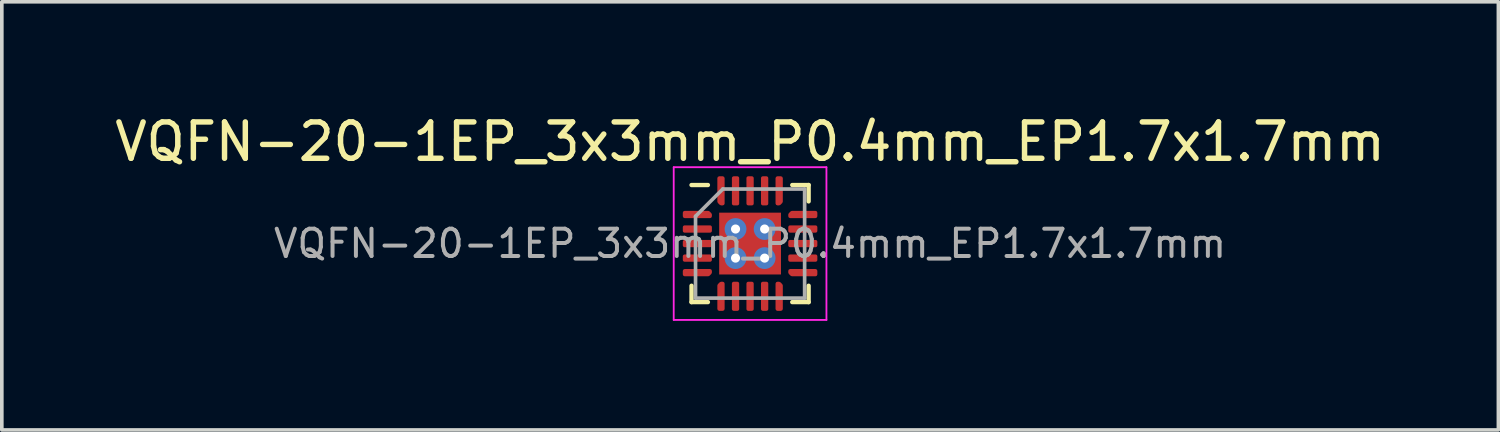
<source format=kicad_pcb>
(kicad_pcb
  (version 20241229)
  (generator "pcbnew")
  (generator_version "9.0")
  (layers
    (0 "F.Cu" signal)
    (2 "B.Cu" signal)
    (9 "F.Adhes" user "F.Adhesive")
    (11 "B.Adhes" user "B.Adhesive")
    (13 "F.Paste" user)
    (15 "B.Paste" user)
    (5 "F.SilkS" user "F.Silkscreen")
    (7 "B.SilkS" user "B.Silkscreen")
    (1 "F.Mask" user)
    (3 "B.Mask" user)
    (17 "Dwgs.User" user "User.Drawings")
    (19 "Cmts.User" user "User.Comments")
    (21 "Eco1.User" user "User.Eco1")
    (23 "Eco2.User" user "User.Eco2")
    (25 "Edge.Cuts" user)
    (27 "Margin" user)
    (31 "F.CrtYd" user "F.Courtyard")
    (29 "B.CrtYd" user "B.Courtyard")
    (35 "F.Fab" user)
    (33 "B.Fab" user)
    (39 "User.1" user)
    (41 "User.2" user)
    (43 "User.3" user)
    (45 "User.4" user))
  (footprint "VQFN-20-1EP_3x3mm_P0.4mm_EP1.7x1.7mm"
    (layer "F.Cu")
    (at 17.577 3.648)
    (property "Reference" "VQFN-20-1EP_3x3mm_P0.4mm_EP1.7x1.7mm" (at 0 -2.8 0) (layer "F.SilkS") (effects (font (size 1 1) (thickness 0.15))))
    (attr smd)
    (fp_line (start -1.61 1.61) (end -1.61 1.16) (stroke (width 0.12) (type solid)) (layer "F.SilkS"))
    (fp_line (start -1.16 -1.61) (end -1.61 -1.61) (stroke (width 0.12) (type solid)) (layer "F.SilkS"))
    (fp_line (start -1.16 1.61) (end -1.61 1.61) (stroke (width 0.12) (type solid)) (layer "F.SilkS"))
    (fp_line (start 1.16 -1.61) (end 1.61 -1.61) (stroke (width 0.12) (type solid)) (layer "F.SilkS"))
    (fp_line (start 1.16 1.61) (end 1.61 1.61) (stroke (width 0.12) (type solid)) (layer "F.SilkS"))
    (fp_line (start 1.61 -1.61) (end 1.61 -1.16) (stroke (width 0.12) (type solid)) (layer "F.SilkS"))
    (fp_line (start 1.61 1.61) (end 1.61 1.16) (stroke (width 0.12) (type solid)) (layer "F.SilkS"))
    (fp_line (start -2.1 -2.1) (end -2.1 2.1) (stroke (width 0.05) (type solid)) (layer "F.CrtYd"))
    (fp_line (start -2.1 2.1) (end 2.1 2.1) (stroke (width 0.05) (type solid)) (layer "F.CrtYd"))
    (fp_line (start 2.1 -2.1) (end -2.1 -2.1) (stroke (width 0.05) (type solid)) (layer "F.CrtYd"))
    (fp_line (start 2.1 2.1) (end 2.1 -2.1) (stroke (width 0.05) (type solid)) (layer "F.CrtYd"))
    (fp_line (start -1.5 -0.75) (end -0.75 -1.5) (stroke (width 0.1) (type solid)) (layer "F.Fab"))
    (fp_line (start -1.5 1.5) (end -1.5 -0.75) (stroke (width 0.1) (type solid)) (layer "F.Fab"))
    (fp_line (start -0.75 -1.5) (end 1.5 -1.5) (stroke (width 0.1) (type solid)) (layer "F.Fab"))
    (fp_line (start 1.5 -1.5) (end 1.5 1.5) (stroke (width 0.1) (type solid)) (layer "F.Fab"))
    (fp_line (start 1.5 1.5) (end -1.5 1.5) (stroke (width 0.1) (type solid)) (layer "F.Fab"))
    (fp_text user "${REFERENCE}" (at 0 0 0) (layer "F.Fab") (effects (font (size 0.75 0.75) (thickness 0.11))))
    (pad "" smd roundrect (at -0.425 -0.425) (size 0.69 0.69) (layers "F.Paste") (roundrect_rratio 0.25))
    (pad "" smd roundrect (at -0.425 0.425) (size 0.69 0.69) (layers "F.Paste") (roundrect_rratio 0.25))
    (pad "" smd roundrect (at 0.425 -0.425) (size 0.69 0.69) (layers "F.Paste") (roundrect_rratio 0.25))
    (pad "" smd roundrect (at 0.425 0.425) (size 0.69 0.69) (layers "F.Paste") (roundrect_rratio 0.25))
    (pad "1" smd custom (at -1.45 -0.8) (size 0.143 0.143) (layers "F.Cu" "F.Mask" "F.Paste") (options (anchor circle)) (primitives (gr_poly (pts (xy 0.35 0.001) (xy 0.35 0.05) (xy -0.35 0.05) (xy -0.35 -0.05) (xy 0.299 -0.05)) (width 0.1) (fill yes))))
    (pad "2" smd roundrect (at -1.45 -0.4) (size 0.8 0.2) (layers "F.Cu" "F.Mask" "F.Paste") (roundrect_rratio 0.25))
    (pad "3" smd roundrect (at -1.45 0) (size 0.8 0.2) (layers "F.Cu" "F.Mask" "F.Paste") (roundrect_rratio 0.25))
    (pad "4" smd roundrect (at -1.45 0.4) (size 0.8 0.2) (layers "F.Cu" "F.Mask" "F.Paste") (roundrect_rratio 0.25))
    (pad "5" smd custom (at -1.45 0.8) (size 0.143 0.143) (layers "F.Cu" "F.Mask" "F.Paste") (options (anchor circle)) (primitives (gr_poly (pts (xy 0.35 -0.001) (xy 0.299 0.05) (xy -0.35 0.05) (xy -0.35 -0.05) (xy 0.35 -0.05)) (width 0.1) (fill yes))))
    (pad "6" smd custom (at -0.8 1.45) (size 0.143 0.143) (layers "F.Cu" "F.Mask" "F.Paste") (options (anchor circle)) (primitives (gr_poly (pts (xy 0.05 0.35) (xy -0.05 0.35) (xy -0.05 -0.299) (xy 0.001 -0.35) (xy 0.05 -0.35)) (width 0.1) (fill yes))))
    (pad "7" smd roundrect (at -0.4 1.45) (size 0.2 0.8) (layers "F.Cu" "F.Mask" "F.Paste") (roundrect_rratio 0.25))
    (pad "8" smd roundrect (at 0 1.45) (size 0.2 0.8) (layers "F.Cu" "F.Mask" "F.Paste") (roundrect_rratio 0.25))
    (pad "9" smd roundrect (at 0.4 1.45) (size 0.2 0.8) (layers "F.Cu" "F.Mask" "F.Paste") (roundrect_rratio 0.25))
    (pad "10" smd custom (at 0.8 1.45) (size 0.143 0.143) (layers "F.Cu" "F.Mask" "F.Paste") (options (anchor circle)) (primitives (gr_poly (pts (xy 0.05 -0.299) (xy 0.05 0.35) (xy -0.05 0.35) (xy -0.05 -0.35) (xy -0.001 -0.35)) (width 0.1) (fill yes))))
    (pad "11" smd custom (at 1.45 0.8) (size 0.143 0.143) (layers "F.Cu" "F.Mask" "F.Paste") (options (anchor circle)) (primitives (gr_poly (pts (xy 0.35 0.05) (xy -0.299 0.05) (xy -0.35 -0.001) (xy -0.35 -0.05) (xy 0.35 -0.05)) (width 0.1) (fill yes))))
    (pad "12" smd roundrect (at 1.45 0.4) (size 0.8 0.2) (layers "F.Cu" "F.Mask" "F.Paste") (roundrect_rratio 0.25))
    (pad "13" smd roundrect (at 1.45 0) (size 0.8 0.2) (layers "F.Cu" "F.Mask" "F.Paste") (roundrect_rratio 0.25))
    (pad "14" smd roundrect (at 1.45 -0.4) (size 0.8 0.2) (layers "F.Cu" "F.Mask" "F.Paste") (roundrect_rratio 0.25))
    (pad "15" smd custom (at 1.45 -0.8) (size 0.143 0.143) (layers "F.Cu" "F.Mask" "F.Paste") (options (anchor circle)) (primitives (gr_poly (pts (xy 0.35 0.05) (xy -0.35 0.05) (xy -0.35 0.001) (xy -0.299 -0.05) (xy 0.35 -0.05)) (width 0.1) (fill yes))))
    (pad "16" smd custom (at 0.8 -1.45) (size 0.143 0.143) (layers "F.Cu" "F.Mask" "F.Paste") (options (anchor circle)) (primitives (gr_poly (pts (xy 0.05 0.299) (xy -0.001 0.35) (xy -0.05 0.35) (xy -0.05 -0.35) (xy 0.05 -0.35)) (width 0.1) (fill yes))))
    (pad "17" smd roundrect (at 0.4 -1.45) (size 0.2 0.8) (layers "F.Cu" "F.Mask" "F.Paste") (roundrect_rratio 0.25))
    (pad "18" smd roundrect (at 0 -1.45) (size 0.2 0.8) (layers "F.Cu" "F.Mask" "F.Paste") (roundrect_rratio 0.25))
    (pad "19" smd roundrect (at -0.4 -1.45) (size 0.2 0.8) (layers "F.Cu" "F.Mask" "F.Paste") (roundrect_rratio 0.25))
    (pad "20" smd custom (at -0.8 -1.45) (size 0.143 0.143) (layers "F.Cu" "F.Mask" "F.Paste") (options (anchor circle)) (primitives (gr_poly (pts (xy 0.05 0.35) (xy 0.001 0.35) (xy -0.05 0.299) (xy -0.05 -0.35) (xy 0.05 -0.35)) (width 0.1) (fill yes))))
    (pad "21" thru_hole circle (at -0.4 -0.4) (size 0.6 0.6) (drill 0.25) (layers "*.Cu" "*.Mask"))
    (pad "21" thru_hole circle (at -0.4 0.4) (size 0.6 0.6) (drill 0.25) (layers "*.Cu" "*.Mask"))
    (pad "21" smd rect (at 0 0) (size 1.7 1.7) (layers "F.Cu" "F.Mask"))
    (pad "21" thru_hole circle (at 0.4 -0.4) (size 0.6 0.6) (drill 0.25) (layers "*.Cu" "*.Mask"))
    (pad "21" thru_hole circle (at 0.4 0.4) (size 0.6 0.6) (drill 0.25) (layers "*.Cu" "*.Mask")))
  (gr_rect
    (start -3 -3)
    (end 38.155 8.773)
    (stroke (width 0.1) (type default))
    (fill no)
    (layer "Edge.Cuts")))
</source>
